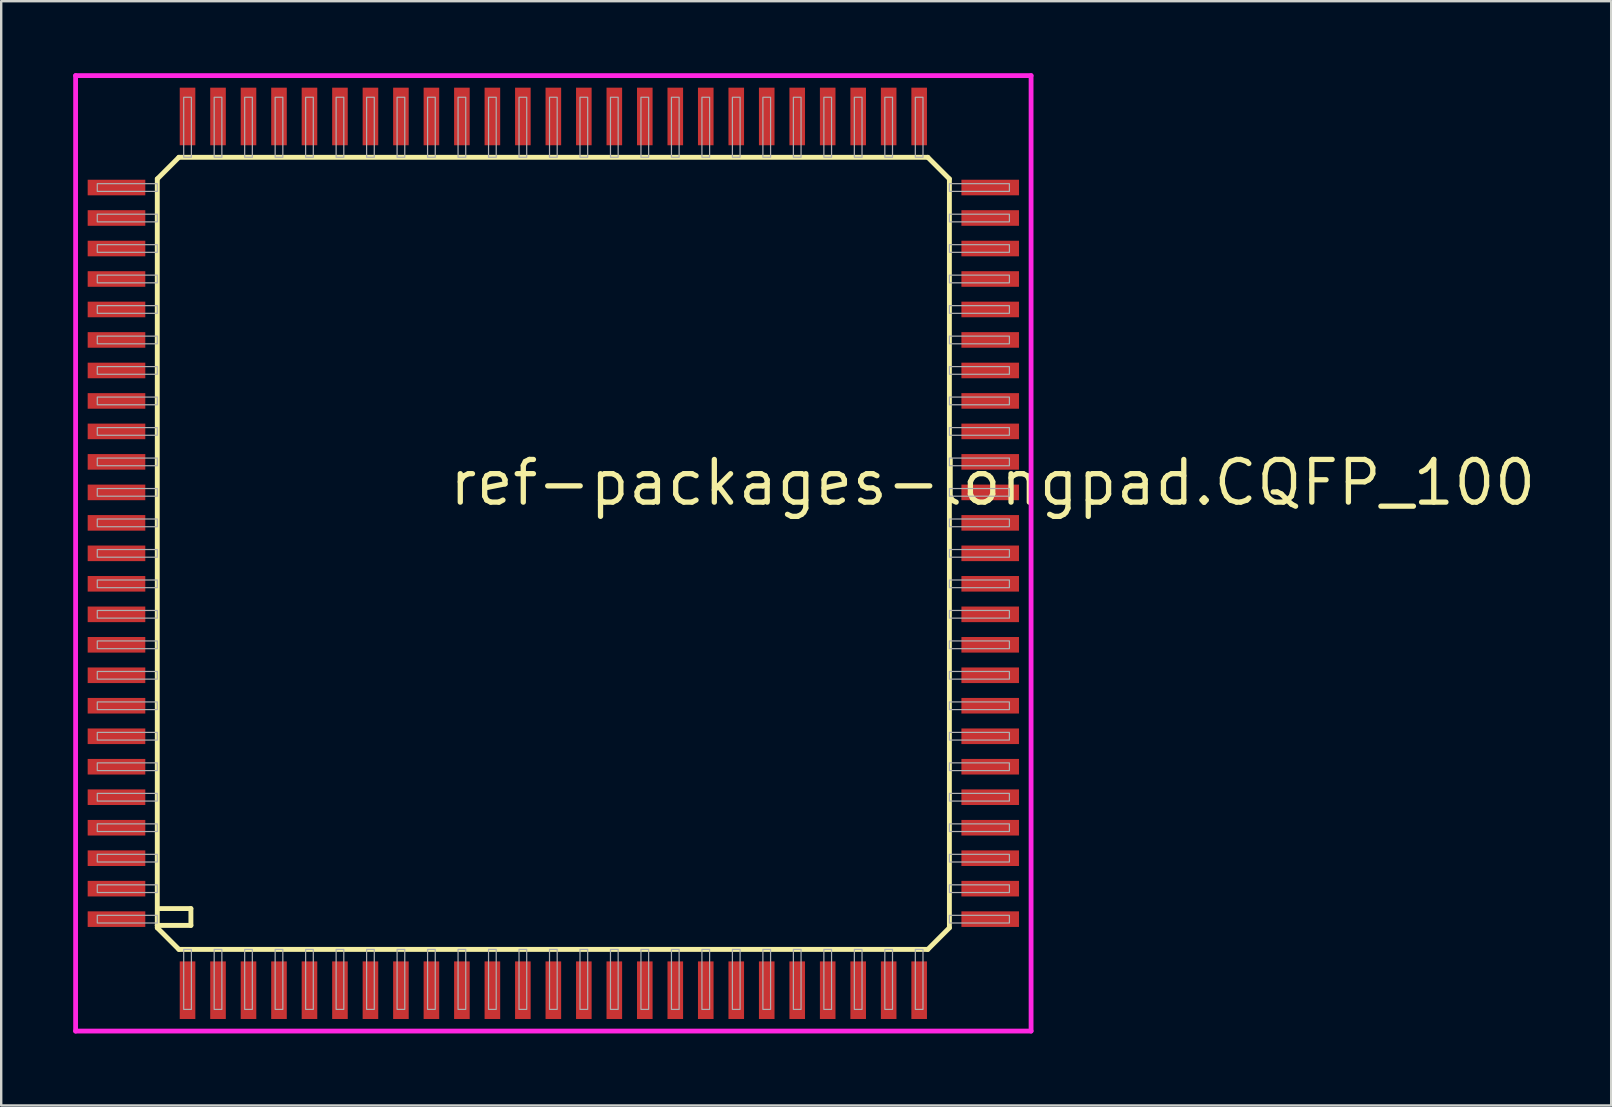
<source format=kicad_pcb>
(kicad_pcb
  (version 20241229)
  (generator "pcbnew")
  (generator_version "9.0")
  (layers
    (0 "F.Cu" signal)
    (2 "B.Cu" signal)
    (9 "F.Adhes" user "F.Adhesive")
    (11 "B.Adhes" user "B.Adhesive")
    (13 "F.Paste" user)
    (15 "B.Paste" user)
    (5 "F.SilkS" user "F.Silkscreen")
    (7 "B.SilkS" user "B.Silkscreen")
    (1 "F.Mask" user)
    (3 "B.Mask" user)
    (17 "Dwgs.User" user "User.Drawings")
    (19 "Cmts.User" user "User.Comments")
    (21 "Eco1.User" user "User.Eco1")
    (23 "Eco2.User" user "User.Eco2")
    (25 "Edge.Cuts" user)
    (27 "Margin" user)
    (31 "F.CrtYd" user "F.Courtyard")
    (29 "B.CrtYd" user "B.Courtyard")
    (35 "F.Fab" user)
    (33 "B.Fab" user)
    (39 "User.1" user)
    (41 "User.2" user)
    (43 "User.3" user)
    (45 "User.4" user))
  (footprint "ref-packages-longpad.CQFP_100"
    (layer "F.Cu")
    (at 20.003 20.003)
    (property "Reference" "ref-packages-longpad.CQFP_100" (at -4.445 -1.905 0) (layer "F.SilkS") (effects (font (size 1.778 1.778) (thickness 0.22)) (justify left bottom)))
    (attr smd)
    (fp_line (start -16.5 -15.6) (end -16.5 15.5) (stroke (width 0.203) (type default)) (layer "F.SilkS"))
    (fp_line (start -16.5 -15.6) (end -15.6 -16.5) (stroke (width 0.203) (type default)) (layer "F.SilkS"))
    (fp_line (start -16.5 15.5) (end -16.5 15.6) (stroke (width 0.203) (type default)) (layer "F.SilkS"))
    (fp_line (start -16.5 15.5) (end -15.1 15.5) (stroke (width 0.203) (type default)) (layer "F.SilkS"))
    (fp_line (start -16.5 15.6) (end -15.6 16.5) (stroke (width 0.203) (type default)) (layer "F.SilkS"))
    (fp_line (start -15.6 16.5) (end 15.6 16.5) (stroke (width 0.203) (type default)) (layer "F.SilkS"))
    (fp_line (start -15.1 14.8) (end -16.4 14.8) (stroke (width 0.203) (type default)) (layer "F.SilkS"))
    (fp_line (start -15.1 15.5) (end -15.1 14.8) (stroke (width 0.203) (type default)) (layer "F.SilkS"))
    (fp_line (start 15.6 -16.5) (end -15.6 -16.5) (stroke (width 0.203) (type default)) (layer "F.SilkS"))
    (fp_line (start 15.6 -16.5) (end 16.5 -15.6) (stroke (width 0.203) (type default)) (layer "F.SilkS"))
    (fp_line (start 15.6 16.5) (end 16.5 15.6) (stroke (width 0.203) (type default)) (layer "F.SilkS"))
    (fp_line (start 16.5 15.6) (end 16.5 -15.6) (stroke (width 0.203) (type default)) (layer "F.SilkS"))
    (fp_line (start -19.903 -19.903) (end 19.903 -19.903) (stroke (width 0.2) (type default)) (layer "F.CrtYd"))
    (fp_line (start -19.903 19.903) (end -19.903 -19.903) (stroke (width 0.2) (type default)) (layer "F.CrtYd"))
    (fp_line (start 19.903 -19.903) (end 19.903 19.903) (stroke (width 0.2) (type default)) (layer "F.CrtYd"))
    (fp_line (start 19.903 19.903) (end -19.903 19.903) (stroke (width 0.2) (type default)) (layer "F.CrtYd"))
    (fp_rect (start -19 -15.08) (end -16.5 -15.4) (stroke (width 0.05) (type default)) (fill no) (layer "F.Fab"))
    (fp_rect (start -19 -13.81) (end -16.5 -14.13) (stroke (width 0.05) (type default)) (fill no) (layer "F.Fab"))
    (fp_rect (start -19 -12.54) (end -16.5 -12.86) (stroke (width 0.05) (type default)) (fill no) (layer "F.Fab"))
    (fp_rect (start -19 -11.27) (end -16.5 -11.59) (stroke (width 0.05) (type default)) (fill no) (layer "F.Fab"))
    (fp_rect (start -19 -10) (end -16.5 -10.32) (stroke (width 0.05) (type default)) (fill no) (layer "F.Fab"))
    (fp_rect (start -19 -8.73) (end -16.5 -9.05) (stroke (width 0.05) (type default)) (fill no) (layer "F.Fab"))
    (fp_rect (start -19 -7.46) (end -16.5 -7.78) (stroke (width 0.05) (type default)) (fill no) (layer "F.Fab"))
    (fp_rect (start -19 -6.19) (end -16.5 -6.51) (stroke (width 0.05) (type default)) (fill no) (layer "F.Fab"))
    (fp_rect (start -19 -4.92) (end -16.5 -5.24) (stroke (width 0.05) (type default)) (fill no) (layer "F.Fab"))
    (fp_rect (start -19 -3.65) (end -16.5 -3.97) (stroke (width 0.05) (type default)) (fill no) (layer "F.Fab"))
    (fp_rect (start -19 -2.38) (end -16.5 -2.7) (stroke (width 0.05) (type default)) (fill no) (layer "F.Fab"))
    (fp_rect (start -19 -1.11) (end -16.5 -1.43) (stroke (width 0.05) (type default)) (fill no) (layer "F.Fab"))
    (fp_rect (start -19 0.16) (end -16.5 -0.16) (stroke (width 0.05) (type default)) (fill no) (layer "F.Fab"))
    (fp_rect (start -19 1.43) (end -16.5 1.11) (stroke (width 0.05) (type default)) (fill no) (layer "F.Fab"))
    (fp_rect (start -19 2.7) (end -16.5 2.38) (stroke (width 0.05) (type default)) (fill no) (layer "F.Fab"))
    (fp_rect (start -19 3.97) (end -16.5 3.65) (stroke (width 0.05) (type default)) (fill no) (layer "F.Fab"))
    (fp_rect (start -19 5.24) (end -16.5 4.92) (stroke (width 0.05) (type default)) (fill no) (layer "F.Fab"))
    (fp_rect (start -19 6.51) (end -16.5 6.19) (stroke (width 0.05) (type default)) (fill no) (layer "F.Fab"))
    (fp_rect (start -19 7.78) (end -16.5 7.46) (stroke (width 0.05) (type default)) (fill no) (layer "F.Fab"))
    (fp_rect (start -19 9.05) (end -16.5 8.73) (stroke (width 0.05) (type default)) (fill no) (layer "F.Fab"))
    (fp_rect (start -19 10.32) (end -16.5 10) (stroke (width 0.05) (type default)) (fill no) (layer "F.Fab"))
    (fp_rect (start -19 11.59) (end -16.5 11.27) (stroke (width 0.05) (type default)) (fill no) (layer "F.Fab"))
    (fp_rect (start -19 12.86) (end -16.5 12.54) (stroke (width 0.05) (type default)) (fill no) (layer "F.Fab"))
    (fp_rect (start -19 14.13) (end -16.5 13.81) (stroke (width 0.05) (type default)) (fill no) (layer "F.Fab"))
    (fp_rect (start -19 15.4) (end -16.5 15.08) (stroke (width 0.05) (type default)) (fill no) (layer "F.Fab"))
    (fp_rect (start -15.4 -16.5) (end -15.08 -19) (stroke (width 0.05) (type default)) (fill no) (layer "F.Fab"))
    (fp_rect (start -15.4 19) (end -15.08 16.5) (stroke (width 0.05) (type default)) (fill no) (layer "F.Fab"))
    (fp_rect (start -14.13 -16.5) (end -13.81 -19) (stroke (width 0.05) (type default)) (fill no) (layer "F.Fab"))
    (fp_rect (start -14.13 19) (end -13.81 16.5) (stroke (width 0.05) (type default)) (fill no) (layer "F.Fab"))
    (fp_rect (start -12.86 -16.5) (end -12.54 -19) (stroke (width 0.05) (type default)) (fill no) (layer "F.Fab"))
    (fp_rect (start -12.86 19) (end -12.54 16.5) (stroke (width 0.05) (type default)) (fill no) (layer "F.Fab"))
    (fp_rect (start -11.59 -16.5) (end -11.27 -19) (stroke (width 0.05) (type default)) (fill no) (layer "F.Fab"))
    (fp_rect (start -11.59 19) (end -11.27 16.5) (stroke (width 0.05) (type default)) (fill no) (layer "F.Fab"))
    (fp_rect (start -10.32 -16.5) (end -10 -19) (stroke (width 0.05) (type default)) (fill no) (layer "F.Fab"))
    (fp_rect (start -10.32 19) (end -10 16.5) (stroke (width 0.05) (type default)) (fill no) (layer "F.Fab"))
    (fp_rect (start -9.05 -16.5) (end -8.73 -19) (stroke (width 0.05) (type default)) (fill no) (layer "F.Fab"))
    (fp_rect (start -9.05 19) (end -8.73 16.5) (stroke (width 0.05) (type default)) (fill no) (layer "F.Fab"))
    (fp_rect (start -7.78 -16.5) (end -7.46 -19) (stroke (width 0.05) (type default)) (fill no) (layer "F.Fab"))
    (fp_rect (start -7.78 19) (end -7.46 16.5) (stroke (width 0.05) (type default)) (fill no) (layer "F.Fab"))
    (fp_rect (start -6.51 -16.5) (end -6.19 -19) (stroke (width 0.05) (type default)) (fill no) (layer "F.Fab"))
    (fp_rect (start -6.51 19) (end -6.19 16.5) (stroke (width 0.05) (type default)) (fill no) (layer "F.Fab"))
    (fp_rect (start -5.24 -16.5) (end -4.92 -19) (stroke (width 0.05) (type default)) (fill no) (layer "F.Fab"))
    (fp_rect (start -5.24 19) (end -4.92 16.5) (stroke (width 0.05) (type default)) (fill no) (layer "F.Fab"))
    (fp_rect (start -3.97 -16.5) (end -3.65 -19) (stroke (width 0.05) (type default)) (fill no) (layer "F.Fab"))
    (fp_rect (start -3.97 19) (end -3.65 16.5) (stroke (width 0.05) (type default)) (fill no) (layer "F.Fab"))
    (fp_rect (start -2.7 -16.5) (end -2.38 -19) (stroke (width 0.05) (type default)) (fill no) (layer "F.Fab"))
    (fp_rect (start -2.7 19) (end -2.38 16.5) (stroke (width 0.05) (type default)) (fill no) (layer "F.Fab"))
    (fp_rect (start -1.43 -16.5) (end -1.11 -19) (stroke (width 0.05) (type default)) (fill no) (layer "F.Fab"))
    (fp_rect (start -1.43 19) (end -1.11 16.5) (stroke (width 0.05) (type default)) (fill no) (layer "F.Fab"))
    (fp_rect (start -0.16 -16.5) (end 0.16 -19) (stroke (width 0.05) (type default)) (fill no) (layer "F.Fab"))
    (fp_rect (start -0.16 19) (end 0.16 16.5) (stroke (width 0.05) (type default)) (fill no) (layer "F.Fab"))
    (fp_rect (start 1.11 -16.5) (end 1.43 -19) (stroke (width 0.05) (type default)) (fill no) (layer "F.Fab"))
    (fp_rect (start 1.11 19) (end 1.43 16.5) (stroke (width 0.05) (type default)) (fill no) (layer "F.Fab"))
    (fp_rect (start 2.38 -16.5) (end 2.7 -19) (stroke (width 0.05) (type default)) (fill no) (layer "F.Fab"))
    (fp_rect (start 2.38 19) (end 2.7 16.5) (stroke (width 0.05) (type default)) (fill no) (layer "F.Fab"))
    (fp_rect (start 3.65 -16.5) (end 3.97 -19) (stroke (width 0.05) (type default)) (fill no) (layer "F.Fab"))
    (fp_rect (start 3.65 19) (end 3.97 16.5) (stroke (width 0.05) (type default)) (fill no) (layer "F.Fab"))
    (fp_rect (start 4.92 -16.5) (end 5.24 -19) (stroke (width 0.05) (type default)) (fill no) (layer "F.Fab"))
    (fp_rect (start 4.92 19) (end 5.24 16.5) (stroke (width 0.05) (type default)) (fill no) (layer "F.Fab"))
    (fp_rect (start 6.19 -16.5) (end 6.51 -19) (stroke (width 0.05) (type default)) (fill no) (layer "F.Fab"))
    (fp_rect (start 6.19 19) (end 6.51 16.5) (stroke (width 0.05) (type default)) (fill no) (layer "F.Fab"))
    (fp_rect (start 7.46 -16.5) (end 7.78 -19) (stroke (width 0.05) (type default)) (fill no) (layer "F.Fab"))
    (fp_rect (start 7.46 19) (end 7.78 16.5) (stroke (width 0.05) (type default)) (fill no) (layer "F.Fab"))
    (fp_rect (start 8.73 -16.5) (end 9.05 -19) (stroke (width 0.05) (type default)) (fill no) (layer "F.Fab"))
    (fp_rect (start 8.73 19) (end 9.05 16.5) (stroke (width 0.05) (type default)) (fill no) (layer "F.Fab"))
    (fp_rect (start 10 -16.5) (end 10.32 -19) (stroke (width 0.05) (type default)) (fill no) (layer "F.Fab"))
    (fp_rect (start 10 19) (end 10.32 16.5) (stroke (width 0.05) (type default)) (fill no) (layer "F.Fab"))
    (fp_rect (start 11.27 -16.5) (end 11.59 -19) (stroke (width 0.05) (type default)) (fill no) (layer "F.Fab"))
    (fp_rect (start 11.27 19) (end 11.59 16.5) (stroke (width 0.05) (type default)) (fill no) (layer "F.Fab"))
    (fp_rect (start 12.54 -16.5) (end 12.86 -19) (stroke (width 0.05) (type default)) (fill no) (layer "F.Fab"))
    (fp_rect (start 12.54 19) (end 12.86 16.5) (stroke (width 0.05) (type default)) (fill no) (layer "F.Fab"))
    (fp_rect (start 13.81 -16.5) (end 14.13 -19) (stroke (width 0.05) (type default)) (fill no) (layer "F.Fab"))
    (fp_rect (start 13.81 19) (end 14.13 16.5) (stroke (width 0.05) (type default)) (fill no) (layer "F.Fab"))
    (fp_rect (start 15.08 -16.5) (end 15.4 -19) (stroke (width 0.05) (type default)) (fill no) (layer "F.Fab"))
    (fp_rect (start 15.08 19) (end 15.4 16.5) (stroke (width 0.05) (type default)) (fill no) (layer "F.Fab"))
    (fp_rect (start 16.5 -15.08) (end 19 -15.4) (stroke (width 0.05) (type default)) (fill no) (layer "F.Fab"))
    (fp_rect (start 16.5 -13.81) (end 19 -14.13) (stroke (width 0.05) (type default)) (fill no) (layer "F.Fab"))
    (fp_rect (start 16.5 -12.54) (end 19 -12.86) (stroke (width 0.05) (type default)) (fill no) (layer "F.Fab"))
    (fp_rect (start 16.5 -11.27) (end 19 -11.59) (stroke (width 0.05) (type default)) (fill no) (layer "F.Fab"))
    (fp_rect (start 16.5 -10) (end 19 -10.32) (stroke (width 0.05) (type default)) (fill no) (layer "F.Fab"))
    (fp_rect (start 16.5 -8.73) (end 19 -9.05) (stroke (width 0.05) (type default)) (fill no) (layer "F.Fab"))
    (fp_rect (start 16.5 -7.46) (end 19 -7.78) (stroke (width 0.05) (type default)) (fill no) (layer "F.Fab"))
    (fp_rect (start 16.5 -6.19) (end 19 -6.51) (stroke (width 0.05) (type default)) (fill no) (layer "F.Fab"))
    (fp_rect (start 16.5 -4.92) (end 19 -5.24) (stroke (width 0.05) (type default)) (fill no) (layer "F.Fab"))
    (fp_rect (start 16.5 -3.65) (end 19 -3.97) (stroke (width 0.05) (type default)) (fill no) (layer "F.Fab"))
    (fp_rect (start 16.5 -2.38) (end 19 -2.7) (stroke (width 0.05) (type default)) (fill no) (layer "F.Fab"))
    (fp_rect (start 16.5 -1.11) (end 19 -1.43) (stroke (width 0.05) (type default)) (fill no) (layer "F.Fab"))
    (fp_rect (start 16.5 0.16) (end 19 -0.16) (stroke (width 0.05) (type default)) (fill no) (layer "F.Fab"))
    (fp_rect (start 16.5 1.43) (end 19 1.11) (stroke (width 0.05) (type default)) (fill no) (layer "F.Fab"))
    (fp_rect (start 16.5 2.7) (end 19 2.38) (stroke (width 0.05) (type default)) (fill no) (layer "F.Fab"))
    (fp_rect (start 16.5 3.97) (end 19 3.65) (stroke (width 0.05) (type default)) (fill no) (layer "F.Fab"))
    (fp_rect (start 16.5 5.24) (end 19 4.92) (stroke (width 0.05) (type default)) (fill no) (layer "F.Fab"))
    (fp_rect (start 16.5 6.51) (end 19 6.19) (stroke (width 0.05) (type default)) (fill no) (layer "F.Fab"))
    (fp_rect (start 16.5 7.78) (end 19 7.46) (stroke (width 0.05) (type default)) (fill no) (layer "F.Fab"))
    (fp_rect (start 16.5 9.05) (end 19 8.73) (stroke (width 0.05) (type default)) (fill no) (layer "F.Fab"))
    (fp_rect (start 16.5 10.32) (end 19 10) (stroke (width 0.05) (type default)) (fill no) (layer "F.Fab"))
    (fp_rect (start 16.5 11.59) (end 19 11.27) (stroke (width 0.05) (type default)) (fill no) (layer "F.Fab"))
    (fp_rect (start 16.5 12.86) (end 19 12.54) (stroke (width 0.05) (type default)) (fill no) (layer "F.Fab"))
    (fp_rect (start 16.5 14.13) (end 19 13.81) (stroke (width 0.05) (type default)) (fill no) (layer "F.Fab"))
    (fp_rect (start 16.5 15.4) (end 19 15.08) (stroke (width 0.05) (type default)) (fill no) (layer "F.Fab"))
    (pad "1" smd roundrect (at -15.24 18.2) (size 0.65 2.4) (layers "F.Cu" "F.Mask" "F.Paste") (roundrect_rratio 0.01))
    (pad "2" smd roundrect (at -13.97 18.2) (size 0.65 2.4) (layers "F.Cu" "F.Mask" "F.Paste") (roundrect_rratio 0.01))
    (pad "3" smd roundrect (at -12.7 18.2) (size 0.65 2.4) (layers "F.Cu" "F.Mask" "F.Paste") (roundrect_rratio 0.01))
    (pad "4" smd roundrect (at -11.43 18.2) (size 0.65 2.4) (layers "F.Cu" "F.Mask" "F.Paste") (roundrect_rratio 0.01))
    (pad "5" smd roundrect (at -10.16 18.2) (size 0.65 2.4) (layers "F.Cu" "F.Mask" "F.Paste") (roundrect_rratio 0.01))
    (pad "6" smd roundrect (at -8.89 18.2) (size 0.65 2.4) (layers "F.Cu" "F.Mask" "F.Paste") (roundrect_rratio 0.01))
    (pad "7" smd roundrect (at -7.62 18.2) (size 0.65 2.4) (layers "F.Cu" "F.Mask" "F.Paste") (roundrect_rratio 0.01))
    (pad "8" smd roundrect (at -6.35 18.2) (size 0.65 2.4) (layers "F.Cu" "F.Mask" "F.Paste") (roundrect_rratio 0.01))
    (pad "9" smd roundrect (at -5.08 18.2) (size 0.65 2.4) (layers "F.Cu" "F.Mask" "F.Paste") (roundrect_rratio 0.01))
    (pad "10" smd roundrect (at -3.81 18.2) (size 0.65 2.4) (layers "F.Cu" "F.Mask" "F.Paste") (roundrect_rratio 0.01))
    (pad "11" smd roundrect (at -2.54 18.2) (size 0.65 2.4) (layers "F.Cu" "F.Mask" "F.Paste") (roundrect_rratio 0.01))
    (pad "12" smd roundrect (at -1.27 18.2) (size 0.65 2.4) (layers "F.Cu" "F.Mask" "F.Paste") (roundrect_rratio 0.01))
    (pad "13" smd roundrect (at 0 18.2) (size 0.65 2.4) (layers "F.Cu" "F.Mask" "F.Paste") (roundrect_rratio 0.01))
    (pad "14" smd roundrect (at 1.27 18.2) (size 0.65 2.4) (layers "F.Cu" "F.Mask" "F.Paste") (roundrect_rratio 0.01))
    (pad "15" smd roundrect (at 2.54 18.2) (size 0.65 2.4) (layers "F.Cu" "F.Mask" "F.Paste") (roundrect_rratio 0.01))
    (pad "16" smd roundrect (at 3.81 18.2) (size 0.65 2.4) (layers "F.Cu" "F.Mask" "F.Paste") (roundrect_rratio 0.01))
    (pad "17" smd roundrect (at 5.08 18.2) (size 0.65 2.4) (layers "F.Cu" "F.Mask" "F.Paste") (roundrect_rratio 0.01))
    (pad "18" smd roundrect (at 6.35 18.2) (size 0.65 2.4) (layers "F.Cu" "F.Mask" "F.Paste") (roundrect_rratio 0.01))
    (pad "19" smd roundrect (at 7.62 18.2) (size 0.65 2.4) (layers "F.Cu" "F.Mask" "F.Paste") (roundrect_rratio 0.01))
    (pad "20" smd roundrect (at 8.89 18.2) (size 0.65 2.4) (layers "F.Cu" "F.Mask" "F.Paste") (roundrect_rratio 0.01))
    (pad "21" smd roundrect (at 10.16 18.2) (size 0.65 2.4) (layers "F.Cu" "F.Mask" "F.Paste") (roundrect_rratio 0.01))
    (pad "22" smd roundrect (at 11.43 18.2) (size 0.65 2.4) (layers "F.Cu" "F.Mask" "F.Paste") (roundrect_rratio 0.01))
    (pad "23" smd roundrect (at 12.7 18.2) (size 0.65 2.4) (layers "F.Cu" "F.Mask" "F.Paste") (roundrect_rratio 0.01))
    (pad "24" smd roundrect (at 13.97 18.2) (size 0.65 2.4) (layers "F.Cu" "F.Mask" "F.Paste") (roundrect_rratio 0.01))
    (pad "25" smd roundrect (at 15.24 18.2) (size 0.65 2.4) (layers "F.Cu" "F.Mask" "F.Paste") (roundrect_rratio 0.01))
    (pad "26" smd roundrect (at 18.2 15.24) (size 2.4 0.65) (layers "F.Cu" "F.Mask" "F.Paste") (roundrect_rratio 0.01))
    (pad "27" smd roundrect (at 18.2 13.97) (size 2.4 0.65) (layers "F.Cu" "F.Mask" "F.Paste") (roundrect_rratio 0.01))
    (pad "28" smd roundrect (at 18.2 12.7) (size 2.4 0.65) (layers "F.Cu" "F.Mask" "F.Paste") (roundrect_rratio 0.01))
    (pad "29" smd roundrect (at 18.2 11.43) (size 2.4 0.65) (layers "F.Cu" "F.Mask" "F.Paste") (roundrect_rratio 0.01))
    (pad "30" smd roundrect (at 18.2 10.16) (size 2.4 0.65) (layers "F.Cu" "F.Mask" "F.Paste") (roundrect_rratio 0.01))
    (pad "31" smd roundrect (at 18.2 8.89) (size 2.4 0.65) (layers "F.Cu" "F.Mask" "F.Paste") (roundrect_rratio 0.01))
    (pad "32" smd roundrect (at 18.2 7.62) (size 2.4 0.65) (layers "F.Cu" "F.Mask" "F.Paste") (roundrect_rratio 0.01))
    (pad "33" smd roundrect (at 18.2 6.35) (size 2.4 0.65) (layers "F.Cu" "F.Mask" "F.Paste") (roundrect_rratio 0.01))
    (pad "34" smd roundrect (at 18.2 5.08) (size 2.4 0.65) (layers "F.Cu" "F.Mask" "F.Paste") (roundrect_rratio 0.01))
    (pad "35" smd roundrect (at 18.2 3.81) (size 2.4 0.65) (layers "F.Cu" "F.Mask" "F.Paste") (roundrect_rratio 0.01))
    (pad "36" smd roundrect (at 18.2 2.54) (size 2.4 0.65) (layers "F.Cu" "F.Mask" "F.Paste") (roundrect_rratio 0.01))
    (pad "37" smd roundrect (at 18.2 1.27) (size 2.4 0.65) (layers "F.Cu" "F.Mask" "F.Paste") (roundrect_rratio 0.01))
    (pad "38" smd roundrect (at 18.2 0) (size 2.4 0.65) (layers "F.Cu" "F.Mask" "F.Paste") (roundrect_rratio 0.01))
    (pad "39" smd roundrect (at 18.2 -1.27) (size 2.4 0.65) (layers "F.Cu" "F.Mask" "F.Paste") (roundrect_rratio 0.01))
    (pad "40" smd roundrect (at 18.2 -2.54) (size 2.4 0.65) (layers "F.Cu" "F.Mask" "F.Paste") (roundrect_rratio 0.01))
    (pad "41" smd roundrect (at 18.2 -3.81) (size 2.4 0.65) (layers "F.Cu" "F.Mask" "F.Paste") (roundrect_rratio 0.01))
    (pad "42" smd roundrect (at 18.2 -5.08) (size 2.4 0.65) (layers "F.Cu" "F.Mask" "F.Paste") (roundrect_rratio 0.01))
    (pad "43" smd roundrect (at 18.2 -6.35) (size 2.4 0.65) (layers "F.Cu" "F.Mask" "F.Paste") (roundrect_rratio 0.01))
    (pad "44" smd roundrect (at 18.2 -7.62) (size 2.4 0.65) (layers "F.Cu" "F.Mask" "F.Paste") (roundrect_rratio 0.01))
    (pad "45" smd roundrect (at 18.2 -8.89) (size 2.4 0.65) (layers "F.Cu" "F.Mask" "F.Paste") (roundrect_rratio 0.01))
    (pad "46" smd roundrect (at 18.2 -10.16) (size 2.4 0.65) (layers "F.Cu" "F.Mask" "F.Paste") (roundrect_rratio 0.01))
    (pad "47" smd roundrect (at 18.2 -11.43) (size 2.4 0.65) (layers "F.Cu" "F.Mask" "F.Paste") (roundrect_rratio 0.01))
    (pad "48" smd roundrect (at 18.2 -12.7) (size 2.4 0.65) (layers "F.Cu" "F.Mask" "F.Paste") (roundrect_rratio 0.01))
    (pad "49" smd roundrect (at 18.2 -13.97) (size 2.4 0.65) (layers "F.Cu" "F.Mask" "F.Paste") (roundrect_rratio 0.01))
    (pad "50" smd roundrect (at 18.2 -15.24) (size 2.4 0.65) (layers "F.Cu" "F.Mask" "F.Paste") (roundrect_rratio 0.01))
    (pad "51" smd roundrect (at 15.24 -18.2) (size 0.65 2.4) (layers "F.Cu" "F.Mask" "F.Paste") (roundrect_rratio 0.01))
    (pad "52" smd roundrect (at 13.97 -18.2) (size 0.65 2.4) (layers "F.Cu" "F.Mask" "F.Paste") (roundrect_rratio 0.01))
    (pad "53" smd roundrect (at 12.7 -18.2) (size 0.65 2.4) (layers "F.Cu" "F.Mask" "F.Paste") (roundrect_rratio 0.01))
    (pad "54" smd roundrect (at 11.43 -18.2) (size 0.65 2.4) (layers "F.Cu" "F.Mask" "F.Paste") (roundrect_rratio 0.01))
    (pad "55" smd roundrect (at 10.16 -18.2) (size 0.65 2.4) (layers "F.Cu" "F.Mask" "F.Paste") (roundrect_rratio 0.01))
    (pad "56" smd roundrect (at 8.89 -18.2) (size 0.65 2.4) (layers "F.Cu" "F.Mask" "F.Paste") (roundrect_rratio 0.01))
    (pad "57" smd roundrect (at 7.62 -18.2) (size 0.65 2.4) (layers "F.Cu" "F.Mask" "F.Paste") (roundrect_rratio 0.01))
    (pad "58" smd roundrect (at 6.35 -18.2) (size 0.65 2.4) (layers "F.Cu" "F.Mask" "F.Paste") (roundrect_rratio 0.01))
    (pad "59" smd roundrect (at 5.08 -18.2) (size 0.65 2.4) (layers "F.Cu" "F.Mask" "F.Paste") (roundrect_rratio 0.01))
    (pad "60" smd roundrect (at 3.81 -18.2) (size 0.65 2.4) (layers "F.Cu" "F.Mask" "F.Paste") (roundrect_rratio 0.01))
    (pad "61" smd roundrect (at 2.54 -18.2) (size 0.65 2.4) (layers "F.Cu" "F.Mask" "F.Paste") (roundrect_rratio 0.01))
    (pad "62" smd roundrect (at 1.27 -18.2) (size 0.65 2.4) (layers "F.Cu" "F.Mask" "F.Paste") (roundrect_rratio 0.01))
    (pad "63" smd roundrect (at 0 -18.2) (size 0.65 2.4) (layers "F.Cu" "F.Mask" "F.Paste") (roundrect_rratio 0.01))
    (pad "64" smd roundrect (at -1.27 -18.2) (size 0.65 2.4) (layers "F.Cu" "F.Mask" "F.Paste") (roundrect_rratio 0.01))
    (pad "65" smd roundrect (at -2.54 -18.2) (size 0.65 2.4) (layers "F.Cu" "F.Mask" "F.Paste") (roundrect_rratio 0.01))
    (pad "66" smd roundrect (at -3.81 -18.2) (size 0.65 2.4) (layers "F.Cu" "F.Mask" "F.Paste") (roundrect_rratio 0.01))
    (pad "67" smd roundrect (at -5.08 -18.2) (size 0.65 2.4) (layers "F.Cu" "F.Mask" "F.Paste") (roundrect_rratio 0.01))
    (pad "68" smd roundrect (at -6.35 -18.2) (size 0.65 2.4) (layers "F.Cu" "F.Mask" "F.Paste") (roundrect_rratio 0.01))
    (pad "69" smd roundrect (at -7.62 -18.2) (size 0.65 2.4) (layers "F.Cu" "F.Mask" "F.Paste") (roundrect_rratio 0.01))
    (pad "70" smd roundrect (at -8.89 -18.2) (size 0.65 2.4) (layers "F.Cu" "F.Mask" "F.Paste") (roundrect_rratio 0.01))
    (pad "71" smd roundrect (at -10.16 -18.2) (size 0.65 2.4) (layers "F.Cu" "F.Mask" "F.Paste") (roundrect_rratio 0.01))
    (pad "72" smd roundrect (at -11.43 -18.2) (size 0.65 2.4) (layers "F.Cu" "F.Mask" "F.Paste") (roundrect_rratio 0.01))
    (pad "73" smd roundrect (at -12.7 -18.2) (size 0.65 2.4) (layers "F.Cu" "F.Mask" "F.Paste") (roundrect_rratio 0.01))
    (pad "74" smd roundrect (at -13.97 -18.2) (size 0.65 2.4) (layers "F.Cu" "F.Mask" "F.Paste") (roundrect_rratio 0.01))
    (pad "75" smd roundrect (at -15.24 -18.2) (size 0.65 2.4) (layers "F.Cu" "F.Mask" "F.Paste") (roundrect_rratio 0.01))
    (pad "76" smd roundrect (at -18.2 -15.24) (size 2.4 0.65) (layers "F.Cu" "F.Mask" "F.Paste") (roundrect_rratio 0.01))
    (pad "77" smd roundrect (at -18.2 -13.97) (size 2.4 0.65) (layers "F.Cu" "F.Mask" "F.Paste") (roundrect_rratio 0.01))
    (pad "78" smd roundrect (at -18.2 -12.7) (size 2.4 0.65) (layers "F.Cu" "F.Mask" "F.Paste") (roundrect_rratio 0.01))
    (pad "79" smd roundrect (at -18.2 -11.43) (size 2.4 0.65) (layers "F.Cu" "F.Mask" "F.Paste") (roundrect_rratio 0.01))
    (pad "80" smd roundrect (at -18.2 -10.16) (size 2.4 0.65) (layers "F.Cu" "F.Mask" "F.Paste") (roundrect_rratio 0.01))
    (pad "81" smd roundrect (at -18.2 -8.89) (size 2.4 0.65) (layers "F.Cu" "F.Mask" "F.Paste") (roundrect_rratio 0.01))
    (pad "82" smd roundrect (at -18.2 -7.62) (size 2.4 0.65) (layers "F.Cu" "F.Mask" "F.Paste") (roundrect_rratio 0.01))
    (pad "83" smd roundrect (at -18.2 -6.35) (size 2.4 0.65) (layers "F.Cu" "F.Mask" "F.Paste") (roundrect_rratio 0.01))
    (pad "84" smd roundrect (at -18.2 -5.08) (size 2.4 0.65) (layers "F.Cu" "F.Mask" "F.Paste") (roundrect_rratio 0.01))
    (pad "85" smd roundrect (at -18.2 -3.81) (size 2.4 0.65) (layers "F.Cu" "F.Mask" "F.Paste") (roundrect_rratio 0.01))
    (pad "86" smd roundrect (at -18.2 -2.54) (size 2.4 0.65) (layers "F.Cu" "F.Mask" "F.Paste") (roundrect_rratio 0.01))
    (pad "87" smd roundrect (at -18.2 -1.27) (size 2.4 0.65) (layers "F.Cu" "F.Mask" "F.Paste") (roundrect_rratio 0.01))
    (pad "88" smd roundrect (at -18.2 0) (size 2.4 0.65) (layers "F.Cu" "F.Mask" "F.Paste") (roundrect_rratio 0.01))
    (pad "89" smd roundrect (at -18.2 1.27) (size 2.4 0.65) (layers "F.Cu" "F.Mask" "F.Paste") (roundrect_rratio 0.01))
    (pad "90" smd roundrect (at -18.2 2.54) (size 2.4 0.65) (layers "F.Cu" "F.Mask" "F.Paste") (roundrect_rratio 0.01))
    (pad "91" smd roundrect (at -18.2 3.81) (size 2.4 0.65) (layers "F.Cu" "F.Mask" "F.Paste") (roundrect_rratio 0.01))
    (pad "92" smd roundrect (at -18.2 5.08) (size 2.4 0.65) (layers "F.Cu" "F.Mask" "F.Paste") (roundrect_rratio 0.01))
    (pad "93" smd roundrect (at -18.2 6.35) (size 2.4 0.65) (layers "F.Cu" "F.Mask" "F.Paste") (roundrect_rratio 0.01))
    (pad "94" smd roundrect (at -18.2 7.62) (size 2.4 0.65) (layers "F.Cu" "F.Mask" "F.Paste") (roundrect_rratio 0.01))
    (pad "95" smd roundrect (at -18.2 8.89) (size 2.4 0.65) (layers "F.Cu" "F.Mask" "F.Paste") (roundrect_rratio 0.01))
    (pad "96" smd roundrect (at -18.2 10.16) (size 2.4 0.65) (layers "F.Cu" "F.Mask" "F.Paste") (roundrect_rratio 0.01))
    (pad "97" smd roundrect (at -18.2 11.43) (size 2.4 0.65) (layers "F.Cu" "F.Mask" "F.Paste") (roundrect_rratio 0.01))
    (pad "98" smd roundrect (at -18.2 12.7) (size 2.4 0.65) (layers "F.Cu" "F.Mask" "F.Paste") (roundrect_rratio 0.01))
    (pad "99" smd roundrect (at -18.2 13.97) (size 2.4 0.65) (layers "F.Cu" "F.Mask" "F.Paste") (roundrect_rratio 0.01))
    (pad "100" smd roundrect (at -18.2 15.24) (size 2.4 0.65) (layers "F.Cu" "F.Mask" "F.Paste") (roundrect_rratio 0.01)))
  (gr_rect
    (start -3 -3)
    (end 64.074 43.006)
    (stroke (width 0.1) (type default))
    (fill no)
    (layer "Edge.Cuts")))
</source>
